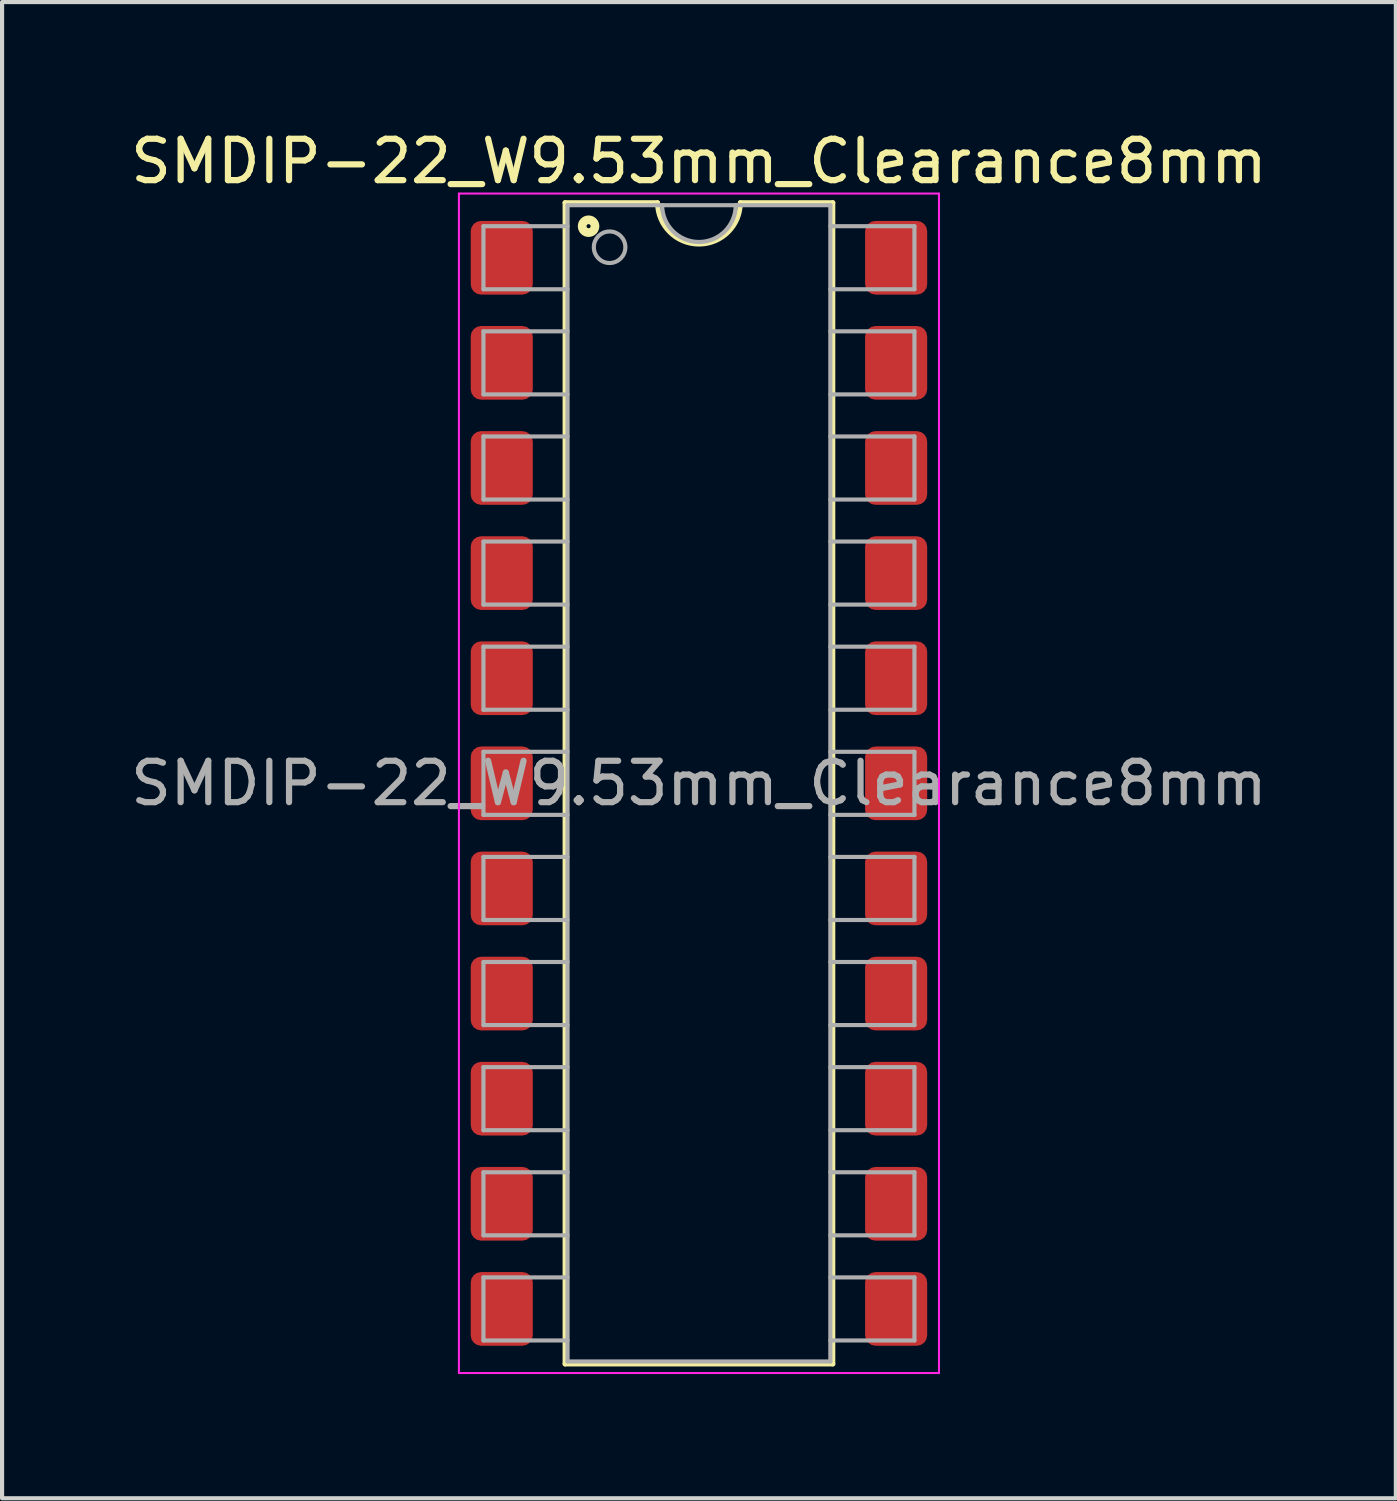
<source format=kicad_pcb>
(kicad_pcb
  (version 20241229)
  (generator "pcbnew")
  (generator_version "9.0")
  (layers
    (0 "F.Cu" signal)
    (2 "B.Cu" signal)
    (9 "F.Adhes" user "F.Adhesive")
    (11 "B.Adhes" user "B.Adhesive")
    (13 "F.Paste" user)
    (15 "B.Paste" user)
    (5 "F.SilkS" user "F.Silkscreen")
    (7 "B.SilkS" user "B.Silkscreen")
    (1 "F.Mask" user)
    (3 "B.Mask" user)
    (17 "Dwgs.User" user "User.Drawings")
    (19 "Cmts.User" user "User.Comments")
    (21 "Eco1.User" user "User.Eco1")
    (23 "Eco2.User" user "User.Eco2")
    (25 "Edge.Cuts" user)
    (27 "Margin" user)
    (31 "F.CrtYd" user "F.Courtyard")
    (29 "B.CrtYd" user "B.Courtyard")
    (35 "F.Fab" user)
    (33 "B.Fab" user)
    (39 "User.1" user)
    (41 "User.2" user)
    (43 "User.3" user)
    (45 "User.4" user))
  (footprint "SMDIP-22_W9.53mm_Clearance8mm"
    (layer "F.Cu")
    (at 13.839 15.878)
    (property "Reference" "SMDIP-22_W9.53mm_Clearance8mm" (at 0 -15.03 0) (layer "F.SilkS") (effects (font (size 1 1) (thickness 0.15))))
    (attr smd)
    (fp_line (start -3.235 -14.03) (end -3.235 14.03) (stroke (width 0.12) (type solid)) (layer "F.SilkS"))
    (fp_line (start -3.235 14.03) (end 3.235 14.03) (stroke (width 0.12) (type solid)) (layer "F.SilkS"))
    (fp_line (start -1 -14.03) (end -3.235 -14.03) (stroke (width 0.12) (type solid)) (layer "F.SilkS"))
    (fp_line (start 3.235 -14.03) (end 1 -14.03) (stroke (width 0.12) (type solid)) (layer "F.SilkS"))
    (fp_line (start 3.235 14.03) (end 3.235 -14.03) (stroke (width 0.12) (type solid)) (layer "F.SilkS"))
    (fp_arc (start 1 -14.03) (mid 0 -13.03) (end -1 -14.03) (stroke (width 0.12) (type solid)) (layer "F.SilkS"))
    (fp_circle (center -2.667 -13.462) (end -2.617 -13.462) (stroke (width 0.12) (type solid)) (fill no) (layer "F.SilkS"))
    (fp_circle (center -2.667 -13.462) (end -2.542 -13.462) (stroke (width 0.12) (type solid)) (fill no) (layer "F.SilkS"))
    (fp_circle (center -2.667 -13.462) (end -2.467 -13.462) (stroke (width 0.12) (type solid)) (fill no) (layer "F.SilkS"))
    (fp_line (start -5.8 -14.25) (end -5.8 14.25) (stroke (width 0.05) (type solid)) (layer "F.CrtYd"))
    (fp_line (start -5.8 14.25) (end 5.8 14.25) (stroke (width 0.05) (type solid)) (layer "F.CrtYd"))
    (fp_line (start 5.8 -14.25) (end -5.8 -14.25) (stroke (width 0.05) (type solid)) (layer "F.CrtYd"))
    (fp_line (start 5.8 14.25) (end 5.8 -14.25) (stroke (width 0.05) (type solid)) (layer "F.CrtYd"))
    (fp_line (start -5.207 -13.462) (end -5.207 -11.938) (stroke (width 0.1) (type solid)) (layer "F.Fab"))
    (fp_line (start -5.207 -13.462) (end -3.175 -13.462) (stroke (width 0.1) (type solid)) (layer "F.Fab"))
    (fp_line (start -5.207 -11.938) (end -3.175 -11.938) (stroke (width 0.1) (type solid)) (layer "F.Fab"))
    (fp_line (start -5.207 -10.922) (end -5.207 -9.398) (stroke (width 0.1) (type solid)) (layer "F.Fab"))
    (fp_line (start -5.207 -10.922) (end -3.175 -10.922) (stroke (width 0.1) (type solid)) (layer "F.Fab"))
    (fp_line (start -5.207 -9.398) (end -3.175 -9.398) (stroke (width 0.1) (type solid)) (layer "F.Fab"))
    (fp_line (start -5.207 -8.382) (end -5.207 -6.858) (stroke (width 0.1) (type solid)) (layer "F.Fab"))
    (fp_line (start -5.207 -8.382) (end -3.175 -8.382) (stroke (width 0.1) (type solid)) (layer "F.Fab"))
    (fp_line (start -5.207 -6.858) (end -3.175 -6.858) (stroke (width 0.1) (type solid)) (layer "F.Fab"))
    (fp_line (start -5.207 -5.842) (end -5.207 -4.318) (stroke (width 0.1) (type solid)) (layer "F.Fab"))
    (fp_line (start -5.207 -5.842) (end -3.175 -5.842) (stroke (width 0.1) (type solid)) (layer "F.Fab"))
    (fp_line (start -5.207 -4.318) (end -3.175 -4.318) (stroke (width 0.1) (type solid)) (layer "F.Fab"))
    (fp_line (start -5.207 -3.302) (end -5.207 -1.778) (stroke (width 0.1) (type solid)) (layer "F.Fab"))
    (fp_line (start -5.207 -3.302) (end -3.175 -3.302) (stroke (width 0.1) (type solid)) (layer "F.Fab"))
    (fp_line (start -5.207 -1.778) (end -3.175 -1.778) (stroke (width 0.1) (type solid)) (layer "F.Fab"))
    (fp_line (start -5.207 -0.762) (end -5.207 0.762) (stroke (width 0.1) (type solid)) (layer "F.Fab"))
    (fp_line (start -5.207 -0.762) (end -3.175 -0.762) (stroke (width 0.1) (type solid)) (layer "F.Fab"))
    (fp_line (start -5.207 0.762) (end -3.175 0.762) (stroke (width 0.1) (type solid)) (layer "F.Fab"))
    (fp_line (start -5.207 1.778) (end -5.207 3.302) (stroke (width 0.1) (type solid)) (layer "F.Fab"))
    (fp_line (start -5.207 1.778) (end -3.175 1.778) (stroke (width 0.1) (type solid)) (layer "F.Fab"))
    (fp_line (start -5.207 3.302) (end -3.175 3.302) (stroke (width 0.1) (type solid)) (layer "F.Fab"))
    (fp_line (start -5.207 4.318) (end -5.207 5.842) (stroke (width 0.1) (type solid)) (layer "F.Fab"))
    (fp_line (start -5.207 4.318) (end -3.175 4.318) (stroke (width 0.1) (type solid)) (layer "F.Fab"))
    (fp_line (start -5.207 5.842) (end -3.175 5.842) (stroke (width 0.1) (type solid)) (layer "F.Fab"))
    (fp_line (start -5.207 6.858) (end -5.207 8.382) (stroke (width 0.1) (type solid)) (layer "F.Fab"))
    (fp_line (start -5.207 6.858) (end -3.175 6.858) (stroke (width 0.1) (type solid)) (layer "F.Fab"))
    (fp_line (start -5.207 8.382) (end -3.175 8.382) (stroke (width 0.1) (type solid)) (layer "F.Fab"))
    (fp_line (start -5.207 9.398) (end -5.207 10.922) (stroke (width 0.1) (type solid)) (layer "F.Fab"))
    (fp_line (start -5.207 9.398) (end -3.175 9.398) (stroke (width 0.1) (type solid)) (layer "F.Fab"))
    (fp_line (start -5.207 10.922) (end -3.175 10.922) (stroke (width 0.1) (type solid)) (layer "F.Fab"))
    (fp_line (start -5.207 11.938) (end -5.207 13.462) (stroke (width 0.1) (type solid)) (layer "F.Fab"))
    (fp_line (start -5.207 11.938) (end -3.175 11.938) (stroke (width 0.1) (type solid)) (layer "F.Fab"))
    (fp_line (start -5.207 13.462) (end -3.175 13.462) (stroke (width 0.1) (type solid)) (layer "F.Fab"))
    (fp_line (start -3.175 -13.97) (end 3.175 -13.97) (stroke (width 0.1) (type solid)) (layer "F.Fab"))
    (fp_line (start -3.175 13.97) (end -3.175 -13.97) (stroke (width 0.1) (type solid)) (layer "F.Fab"))
    (fp_line (start 3.175 -13.97) (end 3.175 13.97) (stroke (width 0.1) (type solid)) (layer "F.Fab"))
    (fp_line (start 3.175 13.97) (end -3.175 13.97) (stroke (width 0.1) (type solid)) (layer "F.Fab"))
    (fp_line (start 5.207 -13.462) (end 3.175 -13.462) (stroke (width 0.1) (type solid)) (layer "F.Fab"))
    (fp_line (start 5.207 -11.938) (end 3.175 -11.938) (stroke (width 0.1) (type solid)) (layer "F.Fab"))
    (fp_line (start 5.207 -11.938) (end 5.207 -13.462) (stroke (width 0.1) (type solid)) (layer "F.Fab"))
    (fp_line (start 5.207 -10.922) (end 3.175 -10.922) (stroke (width 0.1) (type solid)) (layer "F.Fab"))
    (fp_line (start 5.207 -9.398) (end 3.175 -9.398) (stroke (width 0.1) (type solid)) (layer "F.Fab"))
    (fp_line (start 5.207 -9.398) (end 5.207 -10.922) (stroke (width 0.1) (type solid)) (layer "F.Fab"))
    (fp_line (start 5.207 -8.382) (end 3.175 -8.382) (stroke (width 0.1) (type solid)) (layer "F.Fab"))
    (fp_line (start 5.207 -6.858) (end 3.175 -6.858) (stroke (width 0.1) (type solid)) (layer "F.Fab"))
    (fp_line (start 5.207 -6.858) (end 5.207 -8.382) (stroke (width 0.1) (type solid)) (layer "F.Fab"))
    (fp_line (start 5.207 -5.842) (end 3.175 -5.842) (stroke (width 0.1) (type solid)) (layer "F.Fab"))
    (fp_line (start 5.207 -4.318) (end 3.175 -4.318) (stroke (width 0.1) (type solid)) (layer "F.Fab"))
    (fp_line (start 5.207 -4.318) (end 5.207 -5.842) (stroke (width 0.1) (type solid)) (layer "F.Fab"))
    (fp_line (start 5.207 -3.302) (end 3.175 -3.302) (stroke (width 0.1) (type solid)) (layer "F.Fab"))
    (fp_line (start 5.207 -1.778) (end 3.175 -1.778) (stroke (width 0.1) (type solid)) (layer "F.Fab"))
    (fp_line (start 5.207 -1.778) (end 5.207 -3.302) (stroke (width 0.1) (type solid)) (layer "F.Fab"))
    (fp_line (start 5.207 -0.762) (end 3.175 -0.762) (stroke (width 0.1) (type solid)) (layer "F.Fab"))
    (fp_line (start 5.207 0.762) (end 3.175 0.762) (stroke (width 0.1) (type solid)) (layer "F.Fab"))
    (fp_line (start 5.207 0.762) (end 5.207 -0.762) (stroke (width 0.1) (type solid)) (layer "F.Fab"))
    (fp_line (start 5.207 1.778) (end 3.175 1.778) (stroke (width 0.1) (type solid)) (layer "F.Fab"))
    (fp_line (start 5.207 3.302) (end 3.175 3.302) (stroke (width 0.1) (type solid)) (layer "F.Fab"))
    (fp_line (start 5.207 3.302) (end 5.207 1.778) (stroke (width 0.1) (type solid)) (layer "F.Fab"))
    (fp_line (start 5.207 4.318) (end 3.175 4.318) (stroke (width 0.1) (type solid)) (layer "F.Fab"))
    (fp_line (start 5.207 5.842) (end 3.175 5.842) (stroke (width 0.1) (type solid)) (layer "F.Fab"))
    (fp_line (start 5.207 5.842) (end 5.207 4.318) (stroke (width 0.1) (type solid)) (layer "F.Fab"))
    (fp_line (start 5.207 6.858) (end 3.175 6.858) (stroke (width 0.1) (type solid)) (layer "F.Fab"))
    (fp_line (start 5.207 8.382) (end 3.175 8.382) (stroke (width 0.1) (type solid)) (layer "F.Fab"))
    (fp_line (start 5.207 8.382) (end 5.207 6.858) (stroke (width 0.1) (type solid)) (layer "F.Fab"))
    (fp_line (start 5.207 9.398) (end 3.175 9.398) (stroke (width 0.1) (type solid)) (layer "F.Fab"))
    (fp_line (start 5.207 10.922) (end 3.175 10.922) (stroke (width 0.1) (type solid)) (layer "F.Fab"))
    (fp_line (start 5.207 10.922) (end 5.207 9.398) (stroke (width 0.1) (type solid)) (layer "F.Fab"))
    (fp_line (start 5.207 11.938) (end 3.175 11.938) (stroke (width 0.1) (type solid)) (layer "F.Fab"))
    (fp_line (start 5.207 13.462) (end 3.175 13.462) (stroke (width 0.1) (type solid)) (layer "F.Fab"))
    (fp_line (start 5.207 13.462) (end 5.207 11.938) (stroke (width 0.1) (type solid)) (layer "F.Fab"))
    (fp_arc (start 0.889 -13.97) (mid 0 -13.081) (end -0.889 -13.97) (stroke (width 0.1) (type solid)) (layer "F.Fab"))
    (fp_circle (center -2.159 -12.954) (end -1.778 -12.954) (stroke (width 0.1) (type solid)) (fill no) (layer "F.Fab"))
    (fp_text user "${REFERENCE}" (at 0 0 0) (layer "F.Fab") (effects (font (size 1 1) (thickness 0.15))))
    (pad "1" smd roundrect (at -4.765 -12.7) (size 1.5 1.78) (layers "F.Cu" "F.Mask" "F.Paste") (roundrect_rratio 0.167))
    (pad "2" smd roundrect (at -4.765 -10.16) (size 1.5 1.78) (layers "F.Cu" "F.Mask" "F.Paste") (roundrect_rratio 0.167))
    (pad "3" smd roundrect (at -4.765 -7.62) (size 1.5 1.78) (layers "F.Cu" "F.Mask" "F.Paste") (roundrect_rratio 0.167))
    (pad "4" smd roundrect (at -4.765 -5.08) (size 1.5 1.78) (layers "F.Cu" "F.Mask" "F.Paste") (roundrect_rratio 0.167))
    (pad "5" smd roundrect (at -4.765 -2.54) (size 1.5 1.78) (layers "F.Cu" "F.Mask" "F.Paste") (roundrect_rratio 0.167))
    (pad "6" smd roundrect (at -4.765 0) (size 1.5 1.78) (layers "F.Cu" "F.Mask" "F.Paste") (roundrect_rratio 0.167))
    (pad "7" smd roundrect (at -4.765 2.54) (size 1.5 1.78) (layers "F.Cu" "F.Mask" "F.Paste") (roundrect_rratio 0.167))
    (pad "8" smd roundrect (at -4.765 5.08) (size 1.5 1.78) (layers "F.Cu" "F.Mask" "F.Paste") (roundrect_rratio 0.167))
    (pad "9" smd roundrect (at -4.765 7.62) (size 1.5 1.78) (layers "F.Cu" "F.Mask" "F.Paste") (roundrect_rratio 0.167))
    (pad "10" smd roundrect (at -4.765 10.16) (size 1.5 1.78) (layers "F.Cu" "F.Mask" "F.Paste") (roundrect_rratio 0.167))
    (pad "11" smd roundrect (at -4.765 12.7) (size 1.5 1.78) (layers "F.Cu" "F.Mask" "F.Paste") (roundrect_rratio 0.167))
    (pad "12" smd roundrect (at 4.765 12.7) (size 1.5 1.78) (layers "F.Cu" "F.Mask" "F.Paste") (roundrect_rratio 0.167))
    (pad "13" smd roundrect (at 4.765 10.16) (size 1.5 1.78) (layers "F.Cu" "F.Mask" "F.Paste") (roundrect_rratio 0.167))
    (pad "14" smd roundrect (at 4.765 7.62) (size 1.5 1.78) (layers "F.Cu" "F.Mask" "F.Paste") (roundrect_rratio 0.167))
    (pad "15" smd roundrect (at 4.765 5.08) (size 1.5 1.78) (layers "F.Cu" "F.Mask" "F.Paste") (roundrect_rratio 0.167))
    (pad "16" smd roundrect (at 4.765 2.54) (size 1.5 1.78) (layers "F.Cu" "F.Mask" "F.Paste") (roundrect_rratio 0.167))
    (pad "17" smd roundrect (at 4.765 0) (size 1.5 1.78) (layers "F.Cu" "F.Mask" "F.Paste") (roundrect_rratio 0.167))
    (pad "18" smd roundrect (at 4.765 -2.54) (size 1.5 1.78) (layers "F.Cu" "F.Mask" "F.Paste") (roundrect_rratio 0.167))
    (pad "19" smd roundrect (at 4.765 -5.08) (size 1.5 1.78) (layers "F.Cu" "F.Mask" "F.Paste") (roundrect_rratio 0.167))
    (pad "20" smd roundrect (at 4.765 -7.62) (size 1.5 1.78) (layers "F.Cu" "F.Mask" "F.Paste") (roundrect_rratio 0.167))
    (pad "21" smd roundrect (at 4.765 -10.16) (size 1.5 1.78) (layers "F.Cu" "F.Mask" "F.Paste") (roundrect_rratio 0.167))
    (pad "22" smd roundrect (at 4.765 -12.7) (size 1.5 1.78) (layers "F.Cu" "F.Mask" "F.Paste") (roundrect_rratio 0.167)))
  (gr_rect
    (start -3 -3)
    (end 30.679 33.153)
    (stroke (width 0.1) (type default))
    (fill no)
    (layer "Edge.Cuts")))
</source>
